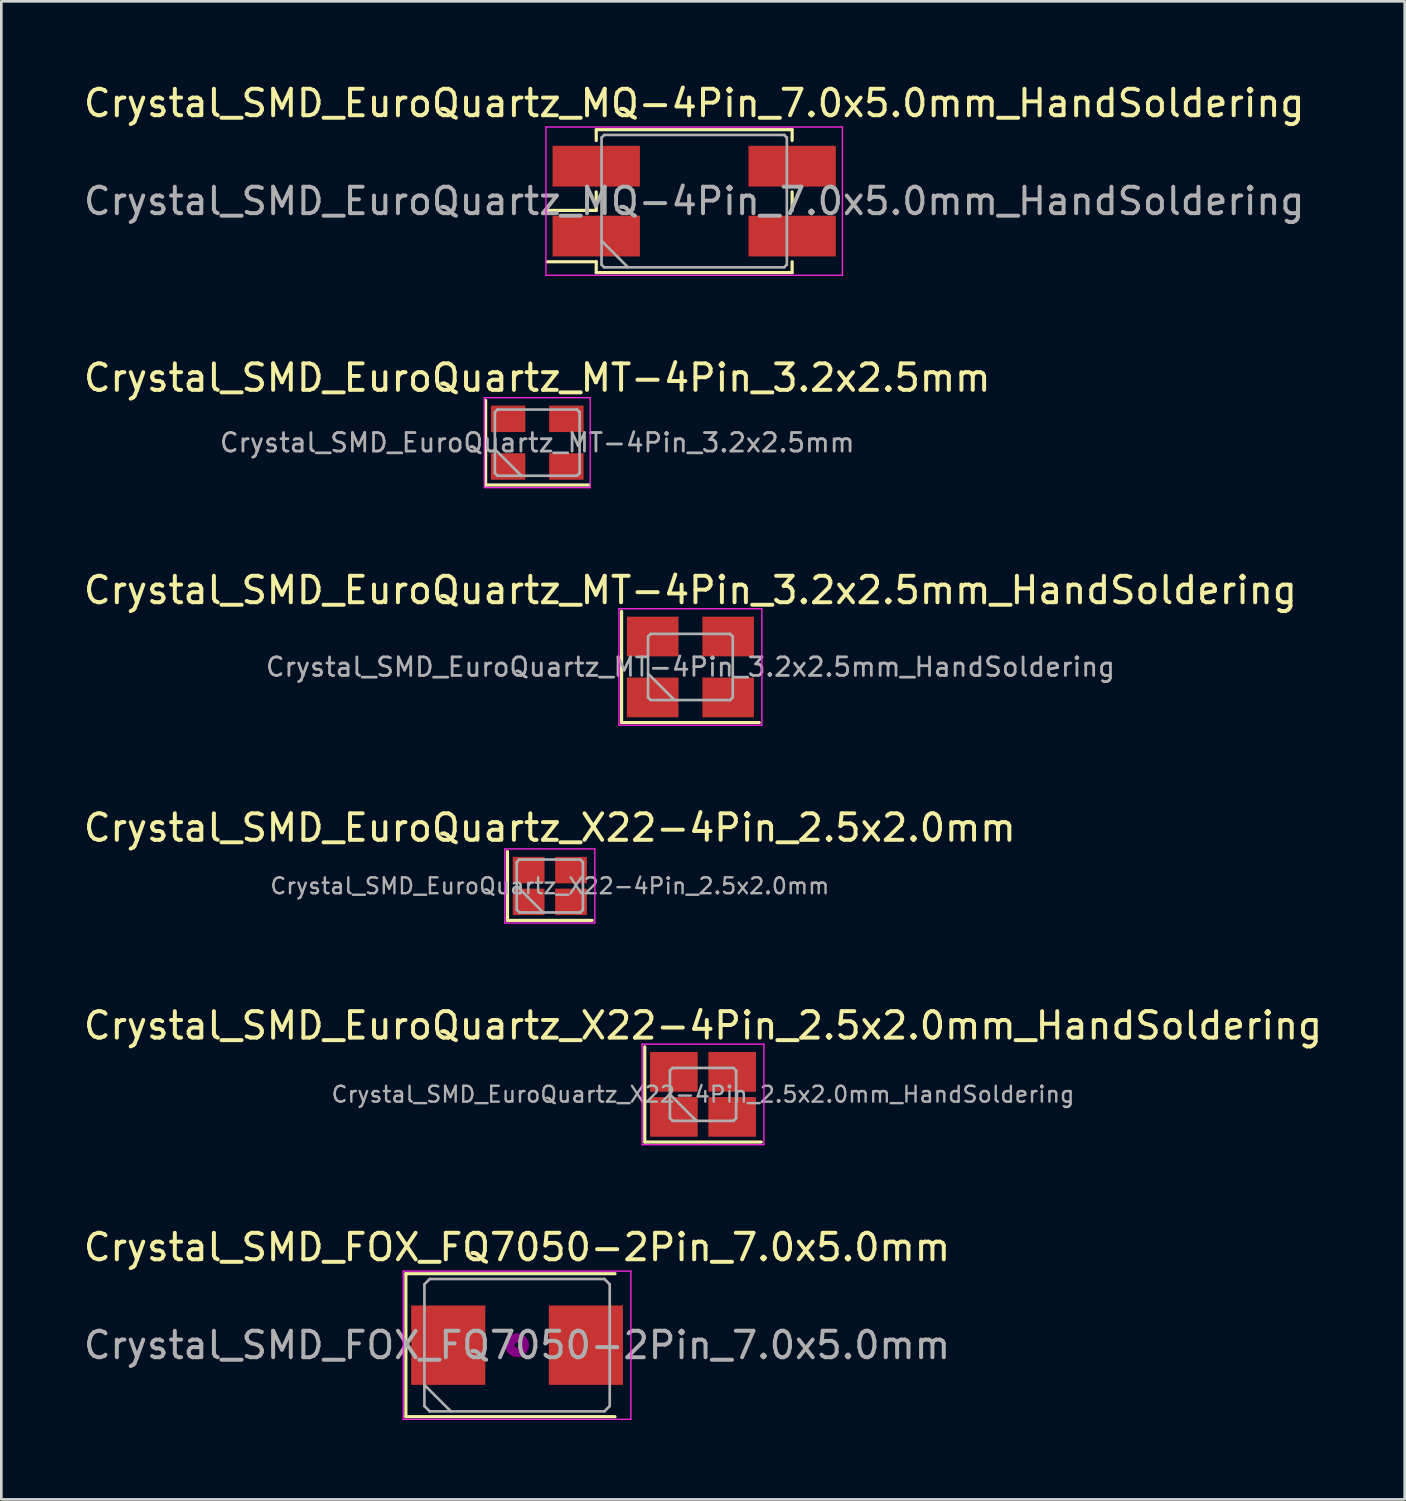
<source format=kicad_pcb>
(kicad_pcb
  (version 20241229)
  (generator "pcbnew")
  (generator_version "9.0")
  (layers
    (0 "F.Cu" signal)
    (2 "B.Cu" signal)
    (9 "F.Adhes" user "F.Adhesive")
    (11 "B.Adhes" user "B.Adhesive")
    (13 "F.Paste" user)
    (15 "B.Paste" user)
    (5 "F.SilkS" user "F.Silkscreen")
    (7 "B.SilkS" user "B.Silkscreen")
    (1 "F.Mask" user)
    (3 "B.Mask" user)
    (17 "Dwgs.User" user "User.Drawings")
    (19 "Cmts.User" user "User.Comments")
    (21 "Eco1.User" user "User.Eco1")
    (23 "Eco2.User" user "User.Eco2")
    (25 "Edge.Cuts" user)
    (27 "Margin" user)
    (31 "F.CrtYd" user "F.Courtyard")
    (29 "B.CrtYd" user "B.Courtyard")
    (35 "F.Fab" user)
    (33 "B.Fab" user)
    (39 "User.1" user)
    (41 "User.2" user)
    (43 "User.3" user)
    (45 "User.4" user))
  (footprint "Crystal_SMD_EuroQuartz_MQ-4Pin_7.0x5.0mm_HandSoldering"
    (layer "F.Cu")
    (at 23.173 4.548)
    (property "Reference" "Crystal_SMD_EuroQuartz_MQ-4Pin_7.0x5.0mm_HandSoldering" (at 0 -3.7 0) (layer "F.SilkS") (effects (font (size 1 1) (thickness 0.15))))
    (attr smd)
    (fp_line (start -5.55 0.35) (end -3.7 0.35) (stroke (width 0.12) (type solid)) (layer "F.SilkS"))
    (fp_line (start -5.55 2.29) (end -3.7 2.29) (stroke (width 0.12) (type solid)) (layer "F.SilkS"))
    (fp_line (start -3.7 -2.7) (end 3.7 -2.7) (stroke (width 0.12) (type solid)) (layer "F.SilkS"))
    (fp_line (start -3.7 -2.29) (end -3.7 -2.7) (stroke (width 0.12) (type solid)) (layer "F.SilkS"))
    (fp_line (start -3.7 0.35) (end -3.7 -0.35) (stroke (width 0.12) (type solid)) (layer "F.SilkS"))
    (fp_line (start -3.7 2.29) (end -3.7 2.7) (stroke (width 0.12) (type solid)) (layer "F.SilkS"))
    (fp_line (start -3.7 2.7) (end 3.7 2.7) (stroke (width 0.12) (type solid)) (layer "F.SilkS"))
    (fp_line (start 3.7 -2.7) (end 3.7 -2.29) (stroke (width 0.12) (type solid)) (layer "F.SilkS"))
    (fp_line (start 3.7 -0.35) (end 3.7 0.35) (stroke (width 0.12) (type solid)) (layer "F.SilkS"))
    (fp_line (start 3.7 2.7) (end 3.7 2.29) (stroke (width 0.12) (type solid)) (layer "F.SilkS"))
    (fp_line (start -5.6 -2.8) (end -5.6 2.8) (stroke (width 0.05) (type solid)) (layer "F.CrtYd"))
    (fp_line (start -5.6 2.8) (end 5.6 2.8) (stroke (width 0.05) (type solid)) (layer "F.CrtYd"))
    (fp_line (start 5.6 -2.8) (end -5.6 -2.8) (stroke (width 0.05) (type solid)) (layer "F.CrtYd"))
    (fp_line (start 5.6 2.8) (end 5.6 -2.8) (stroke (width 0.05) (type solid)) (layer "F.CrtYd"))
    (fp_line (start -3.5 -2.4) (end -3.4 -2.5) (stroke (width 0.1) (type solid)) (layer "F.Fab"))
    (fp_line (start -3.5 1.5) (end -2.5 2.5) (stroke (width 0.1) (type solid)) (layer "F.Fab"))
    (fp_line (start -3.5 2.4) (end -3.5 -2.4) (stroke (width 0.1) (type solid)) (layer "F.Fab"))
    (fp_line (start -3.4 -2.5) (end 3.4 -2.5) (stroke (width 0.1) (type solid)) (layer "F.Fab"))
    (fp_line (start -3.4 2.5) (end -3.5 2.4) (stroke (width 0.1) (type solid)) (layer "F.Fab"))
    (fp_line (start 3.4 -2.5) (end 3.5 -2.4) (stroke (width 0.1) (type solid)) (layer "F.Fab"))
    (fp_line (start 3.4 2.5) (end -3.4 2.5) (stroke (width 0.1) (type solid)) (layer "F.Fab"))
    (fp_line (start 3.5 -2.4) (end 3.5 2.4) (stroke (width 0.1) (type solid)) (layer "F.Fab"))
    (fp_line (start 3.5 2.4) (end 3.4 2.5) (stroke (width 0.1) (type solid)) (layer "F.Fab"))
    (fp_text user "${REFERENCE}" (at 0 0 0) (layer "F.Fab") (effects (font (size 1 1) (thickness 0.15))))
    (pad "1" smd rect (at -3.7 1.32) (size 3.3 1.54) (layers "F.Cu" "F.Mask" "F.Paste"))
    (pad "2" smd rect (at 3.7 1.32) (size 3.3 1.54) (layers "F.Cu" "F.Mask" "F.Paste"))
    (pad "3" smd rect (at 3.7 -1.32) (size 3.3 1.54) (layers "F.Cu" "F.Mask" "F.Paste"))
    (pad "4" smd rect (at -3.7 -1.32) (size 3.3 1.54) (layers "F.Cu" "F.Mask" "F.Paste")))
  (footprint "Crystal_SMD_EuroQuartz_X22-4Pin_2.5x2.0mm"
    (layer "F.Cu")
    (at 17.72 30.418)
    (property "Reference" "Crystal_SMD_EuroQuartz_X22-4Pin_2.5x2.0mm" (at 0 -2.2 0) (layer "F.SilkS") (effects (font (size 1 1) (thickness 0.15))))
    (attr smd)
    (fp_line (start -1.6 -1.3) (end -1.6 1.3) (stroke (width 0.12) (type solid)) (layer "F.SilkS"))
    (fp_line (start -1.6 1.3) (end 1.6 1.3) (stroke (width 0.12) (type solid)) (layer "F.SilkS"))
    (fp_line (start -1.7 -1.4) (end -1.7 1.4) (stroke (width 0.05) (type solid)) (layer "F.CrtYd"))
    (fp_line (start -1.7 1.4) (end 1.7 1.4) (stroke (width 0.05) (type solid)) (layer "F.CrtYd"))
    (fp_line (start 1.7 -1.4) (end -1.7 -1.4) (stroke (width 0.05) (type solid)) (layer "F.CrtYd"))
    (fp_line (start 1.7 1.4) (end 1.7 -1.4) (stroke (width 0.05) (type solid)) (layer "F.CrtYd"))
    (fp_line (start -1.25 -0.9) (end -1.15 -1) (stroke (width 0.1) (type solid)) (layer "F.Fab"))
    (fp_line (start -1.25 0) (end -0.25 1) (stroke (width 0.1) (type solid)) (layer "F.Fab"))
    (fp_line (start -1.25 0.9) (end -1.25 -0.9) (stroke (width 0.1) (type solid)) (layer "F.Fab"))
    (fp_line (start -1.15 -1) (end 1.15 -1) (stroke (width 0.1) (type solid)) (layer "F.Fab"))
    (fp_line (start -1.15 1) (end -1.25 0.9) (stroke (width 0.1) (type solid)) (layer "F.Fab"))
    (fp_line (start 1.15 -1) (end 1.25 -0.9) (stroke (width 0.1) (type solid)) (layer "F.Fab"))
    (fp_line (start 1.15 1) (end -1.15 1) (stroke (width 0.1) (type solid)) (layer "F.Fab"))
    (fp_line (start 1.25 -0.9) (end 1.25 0.9) (stroke (width 0.1) (type solid)) (layer "F.Fab"))
    (fp_line (start 1.25 0.9) (end 1.15 1) (stroke (width 0.1) (type solid)) (layer "F.Fab"))
    (fp_text user "${REFERENCE}" (at 0 0 0) (layer "F.Fab") (effects (font (size 0.6 0.6) (thickness 0.09))))
    (pad "1" smd rect (at -0.8 0.6) (size 1.2 1) (layers "F.Cu" "F.Mask" "F.Paste"))
    (pad "2" smd rect (at 0.8 0.6) (size 1.2 1) (layers "F.Cu" "F.Mask" "F.Paste"))
    (pad "3" smd rect (at 0.8 -0.6) (size 1.2 1) (layers "F.Cu" "F.Mask" "F.Paste"))
    (pad "4" smd rect (at -0.8 -0.6) (size 1.2 1) (layers "F.Cu" "F.Mask" "F.Paste")))
  (footprint "Crystal_SMD_FOX_FQ7050-2Pin_7.0x5.0mm"
    (layer "F.Cu")
    (at 16.482 47.764)
    (property "Reference" "Crystal_SMD_FOX_FQ7050-2Pin_7.0x5.0mm" (at 0 -3.7 0) (layer "F.SilkS") (effects (font (size 1 1) (thickness 0.15))))
    (attr smd)
    (fp_line (start -4.2 -2.7) (end -4.2 2.7) (stroke (width 0.12) (type solid)) (layer "F.SilkS"))
    (fp_line (start -4.2 2.7) (end 3.7 2.7) (stroke (width 0.12) (type solid)) (layer "F.SilkS"))
    (fp_line (start 3.7 -2.7) (end -4.2 -2.7) (stroke (width 0.12) (type solid)) (layer "F.SilkS"))
    (fp_circle (center 0 0) (end 0.093 0) (stroke (width 0.187) (type solid)) (fill no) (layer "F.Adhes"))
    (fp_circle (center 0 0) (end 0.213 0) (stroke (width 0.133) (type solid)) (fill no) (layer "F.Adhes"))
    (fp_circle (center 0 0) (end 0.333 0) (stroke (width 0.133) (type solid)) (fill no) (layer "F.Adhes"))
    (fp_circle (center 0 0) (end 0.4 0) (stroke (width 0.1) (type solid)) (fill no) (layer "F.Adhes"))
    (fp_line (start -4.3 -2.8) (end -4.3 2.8) (stroke (width 0.05) (type solid)) (layer "F.CrtYd"))
    (fp_line (start -4.3 2.8) (end 4.3 2.8) (stroke (width 0.05) (type solid)) (layer "F.CrtYd"))
    (fp_line (start 4.3 -2.8) (end -4.3 -2.8) (stroke (width 0.05) (type solid)) (layer "F.CrtYd"))
    (fp_line (start 4.3 2.8) (end 4.3 -2.8) (stroke (width 0.05) (type solid)) (layer "F.CrtYd"))
    (fp_line (start -3.5 -2.3) (end -3.3 -2.5) (stroke (width 0.1) (type solid)) (layer "F.Fab"))
    (fp_line (start -3.5 1.5) (end -2.5 2.5) (stroke (width 0.1) (type solid)) (layer "F.Fab"))
    (fp_line (start -3.5 2.3) (end -3.5 -2.3) (stroke (width 0.1) (type solid)) (layer "F.Fab"))
    (fp_line (start -3.3 -2.5) (end 3.3 -2.5) (stroke (width 0.1) (type solid)) (layer "F.Fab"))
    (fp_line (start -3.3 2.5) (end -3.5 2.3) (stroke (width 0.1) (type solid)) (layer "F.Fab"))
    (fp_line (start 3.3 -2.5) (end 3.5 -2.3) (stroke (width 0.1) (type solid)) (layer "F.Fab"))
    (fp_line (start 3.3 2.5) (end -3.3 2.5) (stroke (width 0.1) (type solid)) (layer "F.Fab"))
    (fp_line (start 3.5 -2.3) (end 3.5 2.3) (stroke (width 0.1) (type solid)) (layer "F.Fab"))
    (fp_line (start 3.5 2.3) (end 3.3 2.5) (stroke (width 0.1) (type solid)) (layer "F.Fab"))
    (fp_text user "${REFERENCE}" (at 0 0 0) (layer "F.Fab") (effects (font (size 1 1) (thickness 0.15))))
    (pad "1" smd rect (at -2.6 0) (size 2.8 3) (layers "F.Cu" "F.Mask" "F.Paste"))
    (pad "2" smd rect (at 2.6 0) (size 2.8 3) (layers "F.Cu" "F.Mask" "F.Paste")))
  (footprint "Crystal_SMD_EuroQuartz_X22-4Pin_2.5x2.0mm_HandSoldering"
    (layer "F.Cu")
    (at 23.506 38.291)
    (property "Reference" "Crystal_SMD_EuroQuartz_X22-4Pin_2.5x2.0mm_HandSoldering" (at 0 -2.6 0) (layer "F.SilkS") (effects (font (size 1 1) (thickness 0.15))))
    (attr smd)
    (fp_line (start -2.2 -1.8) (end -2.2 1.8) (stroke (width 0.12) (type solid)) (layer "F.SilkS"))
    (fp_line (start -2.2 1.8) (end 2.2 1.8) (stroke (width 0.12) (type solid)) (layer "F.SilkS"))
    (fp_line (start -2.3 -1.9) (end -2.3 1.9) (stroke (width 0.05) (type solid)) (layer "F.CrtYd"))
    (fp_line (start -2.3 1.9) (end 2.3 1.9) (stroke (width 0.05) (type solid)) (layer "F.CrtYd"))
    (fp_line (start 2.3 -1.9) (end -2.3 -1.9) (stroke (width 0.05) (type solid)) (layer "F.CrtYd"))
    (fp_line (start 2.3 1.9) (end 2.3 -1.9) (stroke (width 0.05) (type solid)) (layer "F.CrtYd"))
    (fp_line (start -1.25 -0.9) (end -1.15 -1) (stroke (width 0.1) (type solid)) (layer "F.Fab"))
    (fp_line (start -1.25 0) (end -0.25 1) (stroke (width 0.1) (type solid)) (layer "F.Fab"))
    (fp_line (start -1.25 0.9) (end -1.25 -0.9) (stroke (width 0.1) (type solid)) (layer "F.Fab"))
    (fp_line (start -1.15 -1) (end 1.15 -1) (stroke (width 0.1) (type solid)) (layer "F.Fab"))
    (fp_line (start -1.15 1) (end -1.25 0.9) (stroke (width 0.1) (type solid)) (layer "F.Fab"))
    (fp_line (start 1.15 -1) (end 1.25 -0.9) (stroke (width 0.1) (type solid)) (layer "F.Fab"))
    (fp_line (start 1.15 1) (end -1.15 1) (stroke (width 0.1) (type solid)) (layer "F.Fab"))
    (fp_line (start 1.25 -0.9) (end 1.25 0.9) (stroke (width 0.1) (type solid)) (layer "F.Fab"))
    (fp_line (start 1.25 0.9) (end 1.15 1) (stroke (width 0.1) (type solid)) (layer "F.Fab"))
    (fp_text user "${REFERENCE}" (at 0 0 0) (layer "F.Fab") (effects (font (size 0.6 0.6) (thickness 0.09))))
    (pad "1" smd rect (at -1.1 0.85) (size 1.8 1.5) (layers "F.Cu" "F.Mask" "F.Paste"))
    (pad "2" smd rect (at 1.1 0.85) (size 1.8 1.5) (layers "F.Cu" "F.Mask" "F.Paste"))
    (pad "3" smd rect (at 1.1 -0.85) (size 1.8 1.5) (layers "F.Cu" "F.Mask" "F.Paste"))
    (pad "4" smd rect (at -1.1 -0.85) (size 1.8 1.5) (layers "F.Cu" "F.Mask" "F.Paste")))
  (footprint "Crystal_SMD_EuroQuartz_MT-4Pin_3.2x2.5mm"
    (layer "F.Cu")
    (at 17.244 13.671)
    (property "Reference" "Crystal_SMD_EuroQuartz_MT-4Pin_3.2x2.5mm" (at 0 -2.45 0) (layer "F.SilkS") (effects (font (size 1 1) (thickness 0.15))))
    (attr smd)
    (fp_line (start -1.95 -1.6) (end -1.95 1.6) (stroke (width 0.12) (type solid)) (layer "F.SilkS"))
    (fp_line (start -1.95 1.6) (end 1.95 1.6) (stroke (width 0.12) (type solid)) (layer "F.SilkS"))
    (fp_line (start -2 -1.7) (end -2 1.7) (stroke (width 0.05) (type solid)) (layer "F.CrtYd"))
    (fp_line (start -2 1.7) (end 2 1.7) (stroke (width 0.05) (type solid)) (layer "F.CrtYd"))
    (fp_line (start 2 -1.7) (end -2 -1.7) (stroke (width 0.05) (type solid)) (layer "F.CrtYd"))
    (fp_line (start 2 1.7) (end 2 -1.7) (stroke (width 0.05) (type solid)) (layer "F.CrtYd"))
    (fp_line (start -1.6 -1.15) (end -1.5 -1.25) (stroke (width 0.1) (type solid)) (layer "F.Fab"))
    (fp_line (start -1.6 0.25) (end -0.6 1.25) (stroke (width 0.1) (type solid)) (layer "F.Fab"))
    (fp_line (start -1.6 1.15) (end -1.6 -1.15) (stroke (width 0.1) (type solid)) (layer "F.Fab"))
    (fp_line (start -1.5 -1.25) (end 1.5 -1.25) (stroke (width 0.1) (type solid)) (layer "F.Fab"))
    (fp_line (start -1.5 1.25) (end -1.6 1.15) (stroke (width 0.1) (type solid)) (layer "F.Fab"))
    (fp_line (start 1.5 -1.25) (end 1.6 -1.15) (stroke (width 0.1) (type solid)) (layer "F.Fab"))
    (fp_line (start 1.5 1.25) (end -1.5 1.25) (stroke (width 0.1) (type solid)) (layer "F.Fab"))
    (fp_line (start 1.6 -1.15) (end 1.6 1.15) (stroke (width 0.1) (type solid)) (layer "F.Fab"))
    (fp_line (start 1.6 1.15) (end 1.5 1.25) (stroke (width 0.1) (type solid)) (layer "F.Fab"))
    (fp_text user "${REFERENCE}" (at 0 0 0) (layer "F.Fab") (effects (font (size 0.7 0.7) (thickness 0.105))))
    (pad "1" smd rect (at -1.1 0.9) (size 1.3 1) (layers "F.Cu" "F.Mask" "F.Paste"))
    (pad "2" smd rect (at 1.1 0.9) (size 1.3 1) (layers "F.Cu" "F.Mask" "F.Paste"))
    (pad "3" smd rect (at 1.1 -0.9) (size 1.3 1) (layers "F.Cu" "F.Mask" "F.Paste"))
    (pad "4" smd rect (at -1.1 -0.9) (size 1.3 1) (layers "F.Cu" "F.Mask" "F.Paste")))
  (footprint "Crystal_SMD_EuroQuartz_MT-4Pin_3.2x2.5mm_HandSoldering"
    (layer "F.Cu")
    (at 23.03 22.145)
    (property "Reference" "Crystal_SMD_EuroQuartz_MT-4Pin_3.2x2.5mm_HandSoldering" (at 0 -2.9 0) (layer "F.SilkS") (effects (font (size 1 1) (thickness 0.15))))
    (attr smd)
    (fp_line (start -2.6 -2.1) (end -2.6 2.1) (stroke (width 0.12) (type solid)) (layer "F.SilkS"))
    (fp_line (start -2.6 2.1) (end 2.6 2.1) (stroke (width 0.12) (type solid)) (layer "F.SilkS"))
    (fp_line (start -2.7 -2.2) (end -2.7 2.2) (stroke (width 0.05) (type solid)) (layer "F.CrtYd"))
    (fp_line (start -2.7 2.2) (end 2.7 2.2) (stroke (width 0.05) (type solid)) (layer "F.CrtYd"))
    (fp_line (start 2.7 -2.2) (end -2.7 -2.2) (stroke (width 0.05) (type solid)) (layer "F.CrtYd"))
    (fp_line (start 2.7 2.2) (end 2.7 -2.2) (stroke (width 0.05) (type solid)) (layer "F.CrtYd"))
    (fp_line (start -1.6 -1.15) (end -1.5 -1.25) (stroke (width 0.1) (type solid)) (layer "F.Fab"))
    (fp_line (start -1.6 0.25) (end -0.6 1.25) (stroke (width 0.1) (type solid)) (layer "F.Fab"))
    (fp_line (start -1.6 1.15) (end -1.6 -1.15) (stroke (width 0.1) (type solid)) (layer "F.Fab"))
    (fp_line (start -1.5 -1.25) (end 1.5 -1.25) (stroke (width 0.1) (type solid)) (layer "F.Fab"))
    (fp_line (start -1.5 1.25) (end -1.6 1.15) (stroke (width 0.1) (type solid)) (layer "F.Fab"))
    (fp_line (start 1.5 -1.25) (end 1.6 -1.15) (stroke (width 0.1) (type solid)) (layer "F.Fab"))
    (fp_line (start 1.5 1.25) (end -1.5 1.25) (stroke (width 0.1) (type solid)) (layer "F.Fab"))
    (fp_line (start 1.6 -1.15) (end 1.6 1.15) (stroke (width 0.1) (type solid)) (layer "F.Fab"))
    (fp_line (start 1.6 1.15) (end 1.5 1.25) (stroke (width 0.1) (type solid)) (layer "F.Fab"))
    (fp_text user "${REFERENCE}" (at 0 0 0) (layer "F.Fab") (effects (font (size 0.7 0.7) (thickness 0.105))))
    (pad "1" smd rect (at -1.425 1.15) (size 1.95 1.5) (layers "F.Cu" "F.Mask" "F.Paste"))
    (pad "2" smd rect (at 1.425 1.15) (size 1.95 1.5) (layers "F.Cu" "F.Mask" "F.Paste"))
    (pad "3" smd rect (at 1.425 -1.15) (size 1.95 1.5) (layers "F.Cu" "F.Mask" "F.Paste"))
    (pad "4" smd rect (at -1.425 -1.15) (size 1.95 1.5) (layers "F.Cu" "F.Mask" "F.Paste")))
  (gr_rect
    (start -3 -3)
    (end 50.012 53.59)
    (stroke (width 0.1) (type default))
    (fill no)
    (layer "Edge.Cuts")))
</source>
